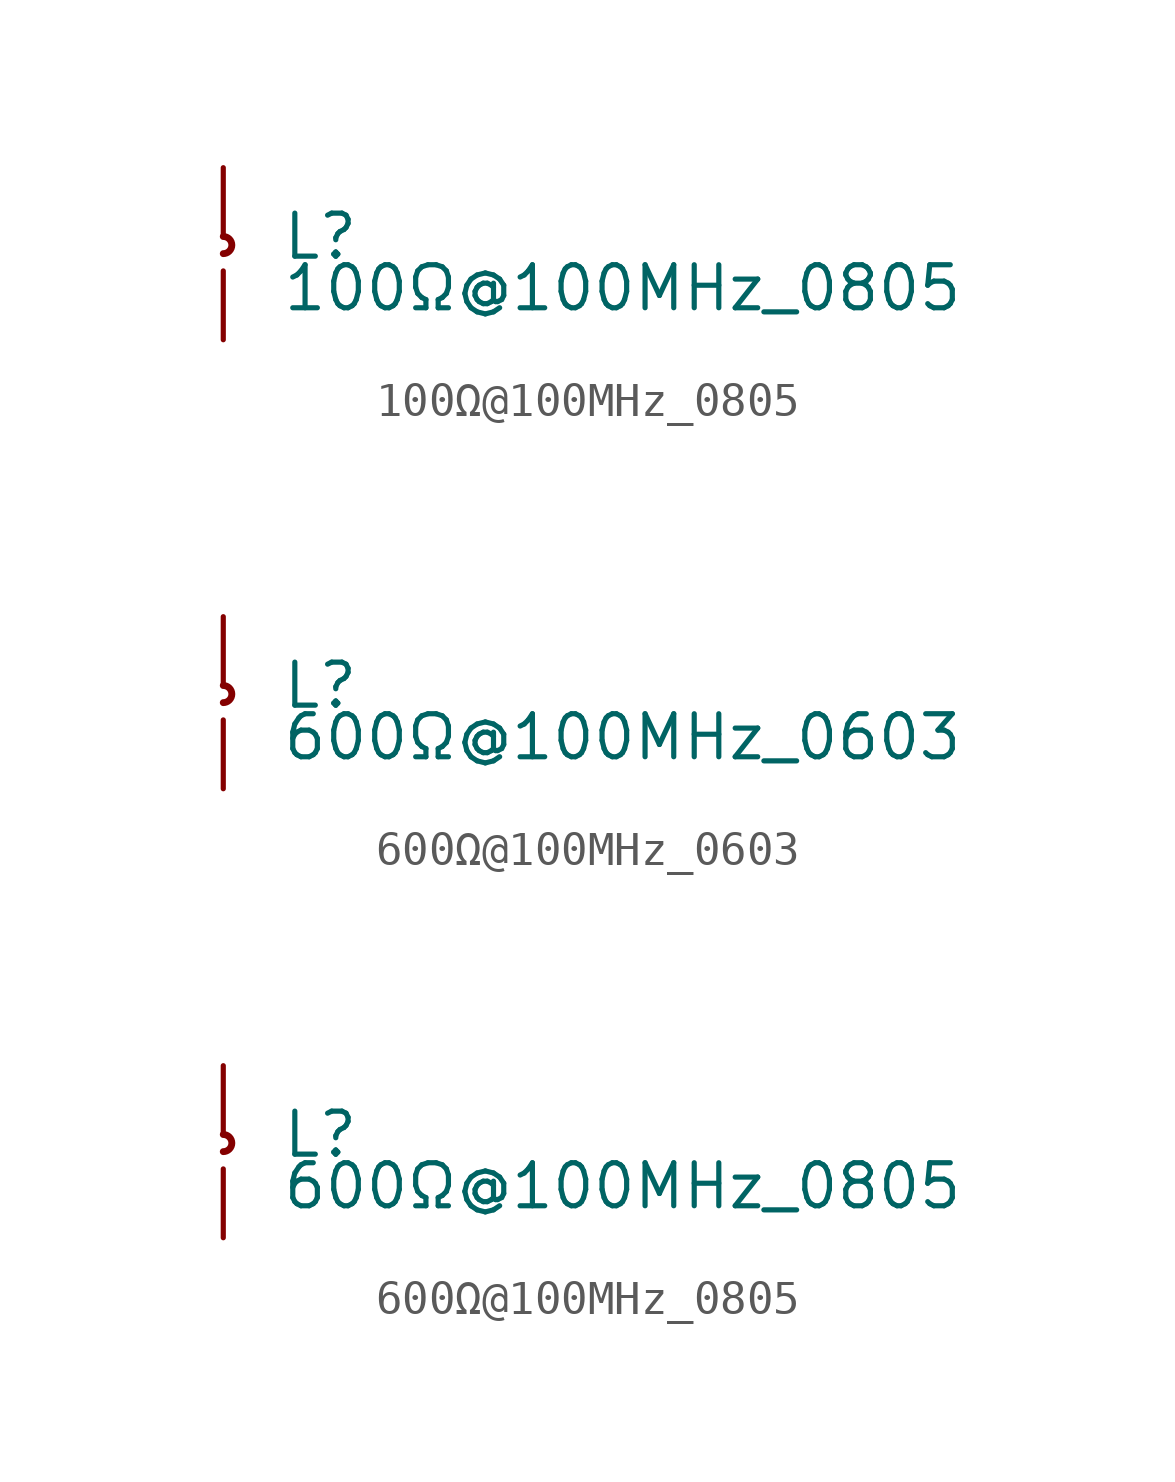
<source format=kicad_sym>
(kicad_symbol_lib
  (version 20200101)
  (generator kicad-library-utils)
  (symbol "100Ω@100MHz_0805"
    (property "Reference" "L"
      (at 1.71 0.508 0.0)
      (effects (font (size 1.27 1.27)) (justify left)))
    (property "Value" "100Ω@100MHz_0805"
      (at 1.71 -1.016 0.0)
      (effects (font (size 1.27 1.27)) (justify left)))
    (property "ki_fp_filters" ""
      (at 0.0 0.0 0.0)
      (effects (font (size 1.27 1.27))))
    (symbol "100Ω@100MHz_0805_0_0"
      (arc (start 0.0 0.0) (mid 0.254 0.254) (end 0.0 0.508) (stroke (width 0.2032)) (fill (type none)))
      (pin passive line (at 0 2.54 270) (length 2.032) (name "~" (effects (font (size 0 0)) hide)) (number "1" (effects (font (size 0 0)) hide)))
      (pin passive line (at 0 -2.54 90) (length 2.032) (name "~" (effects (font (size 0 0)) hide)) (number "2" (effects (font (size 0 0)) hide)))))
  (symbol "600Ω@100MHz_0603"
    (property "Reference" "L"
      (at 1.71 0.508 0.0)
      (effects (font (size 1.27 1.27)) (justify left)))
    (property "Value" "600Ω@100MHz_0603"
      (at 1.71 -1.016 0.0)
      (effects (font (size 1.27 1.27)) (justify left)))
    (property "ki_fp_filters" ""
      (at 0.0 0.0 0.0)
      (effects (font (size 1.27 1.27))))
    (symbol "600Ω@100MHz_0603_0_0"
      (arc (start 0.0 0.0) (mid 0.254 0.254) (end 0.0 0.508) (stroke (width 0.2032)) (fill (type none)))
      (pin passive line (at 0 2.54 270) (length 2.032) (name "~" (effects (font (size 0 0)) hide)) (number "1" (effects (font (size 0 0)) hide)))
      (pin passive line (at 0 -2.54 90) (length 2.032) (name "~" (effects (font (size 0 0)) hide)) (number "2" (effects (font (size 0 0)) hide)))))
  (symbol "600Ω@100MHz_0805"
    (property "Reference" "L"
      (at 1.71 0.508 0.0)
      (effects (font (size 1.27 1.27)) (justify left)))
    (property "Value" "600Ω@100MHz_0805"
      (at 1.71 -1.016 0.0)
      (effects (font (size 1.27 1.27)) (justify left)))
    (property "ki_fp_filters" ""
      (at 0.0 0.0 0.0)
      (effects (font (size 1.27 1.27))))
    (symbol "600Ω@100MHz_0805_0_0"
      (arc (start 0.0 0.0) (mid 0.254 0.254) (end 0.0 0.508) (stroke (width 0.2032)) (fill (type none)))
      (pin passive line (at 0 2.54 270) (length 2.032) (name "~" (effects (font (size 0 0)) hide)) (number "1" (effects (font (size 0 0)) hide)))
      (pin passive line (at 0 -2.54 90) (length 2.032) (name "~" (effects (font (size 0 0)) hide)) (number "2" (effects (font (size 0 0)) hide))))))
</source>
